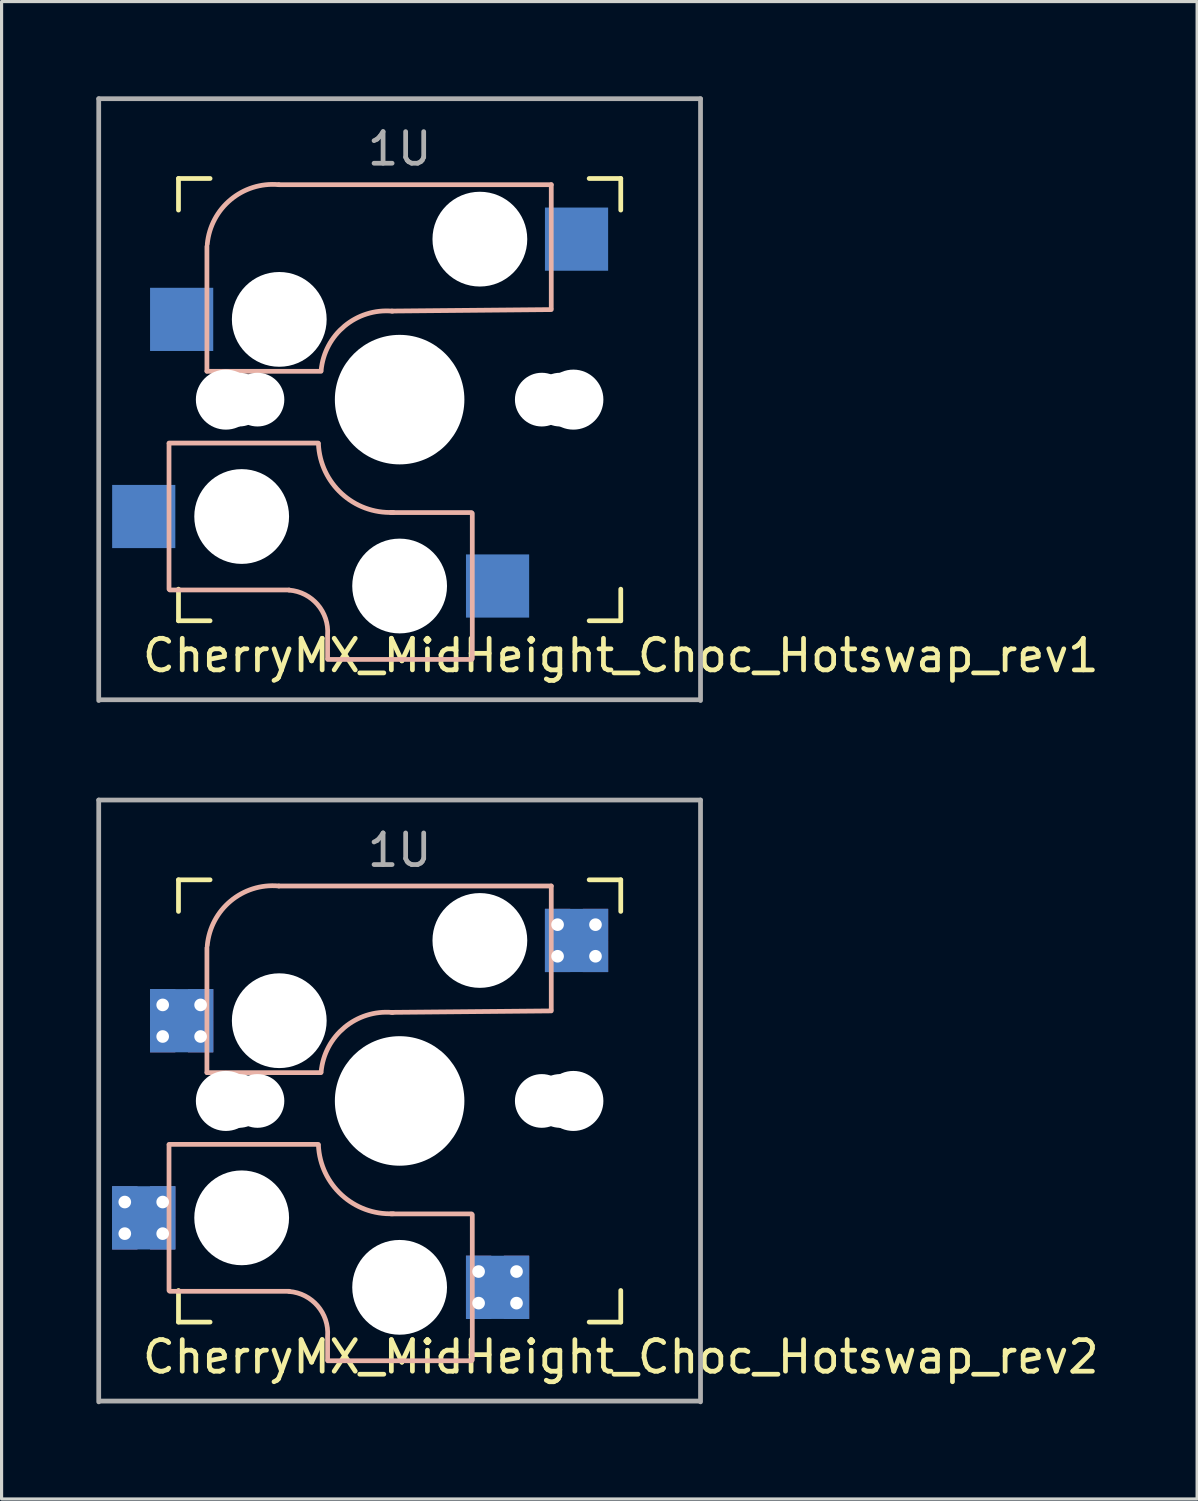
<source format=kicad_pcb>
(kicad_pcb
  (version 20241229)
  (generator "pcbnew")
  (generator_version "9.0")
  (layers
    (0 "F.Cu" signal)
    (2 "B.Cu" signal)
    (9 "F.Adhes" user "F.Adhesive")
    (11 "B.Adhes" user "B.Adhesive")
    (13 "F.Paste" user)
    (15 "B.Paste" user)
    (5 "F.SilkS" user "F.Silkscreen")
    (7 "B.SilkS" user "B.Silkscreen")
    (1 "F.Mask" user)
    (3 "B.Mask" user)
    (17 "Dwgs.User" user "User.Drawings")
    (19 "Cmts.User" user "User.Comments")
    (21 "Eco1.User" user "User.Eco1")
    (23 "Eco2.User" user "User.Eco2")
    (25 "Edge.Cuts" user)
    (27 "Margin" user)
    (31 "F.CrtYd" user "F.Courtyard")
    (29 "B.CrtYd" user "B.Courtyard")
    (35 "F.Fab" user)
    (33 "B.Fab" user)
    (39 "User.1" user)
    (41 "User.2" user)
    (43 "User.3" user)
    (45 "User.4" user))
  (footprint "CherryMX_MidHeight_Choc_Hotswap_rev1"
    (layer "F.Cu")
    (at 9.6 9.6)
    (property "Reference" "CherryMX_MidHeight_Choc_Hotswap_rev1" (at 7 8.1 0) (layer "F.SilkS") (effects (font (size 1 1) (thickness 0.15))))
    (attr through_hole)
    (fp_line (start -7 -7) (end -7 -6) (stroke (width 0.15) (type solid)) (layer "F.SilkS"))
    (fp_line (start -7 -7) (end -6 -7) (stroke (width 0.15) (type solid)) (layer "F.SilkS"))
    (fp_line (start -7 6) (end -7 7) (stroke (width 0.15) (type solid)) (layer "F.SilkS"))
    (fp_line (start -7 7) (end -6 7) (stroke (width 0.15) (type solid)) (layer "F.SilkS"))
    (fp_line (start 6 -7) (end 7 -7) (stroke (width 0.15) (type solid)) (layer "F.SilkS"))
    (fp_line (start 6 7) (end 7 7) (stroke (width 0.15) (type solid)) (layer "F.SilkS"))
    (fp_line (start 7 -7) (end 7 -6) (stroke (width 0.15) (type solid)) (layer "F.SilkS"))
    (fp_line (start 7 7) (end 7 6) (stroke (width 0.15) (type solid)) (layer "F.SilkS"))
    (fp_line (start -7.3 1.4) (end -7.3 6) (stroke (width 0.15) (type solid)) (layer "B.SilkS"))
    (fp_line (start -6.1 -4.85) (end -6.1 -0.905) (stroke (width 0.15) (type solid)) (layer "B.SilkS"))
    (fp_line (start -6.1 -0.896) (end -2.49 -0.896) (stroke (width 0.15) (type solid)) (layer "B.SilkS"))
    (fp_line (start -3.5 6.025) (end -7.275 6.025) (stroke (width 0.15) (type solid)) (layer "B.SilkS"))
    (fp_line (start -2.575 1.375) (end -7.3 1.375) (stroke (width 0.15) (type solid)) (layer "B.SilkS"))
    (fp_line (start -2.28 7.5) (end -2.28 8.2) (stroke (width 0.15) (type solid)) (layer "B.SilkS"))
    (fp_line (start 2.275 3.575) (end -0.275 3.575) (stroke (width 0.15) (type solid)) (layer "B.SilkS"))
    (fp_line (start 2.275 8.225) (end -2.275 8.225) (stroke (width 0.15) (type solid)) (layer "B.SilkS"))
    (fp_line (start 2.3 3.6) (end 2.3 8.2) (stroke (width 0.15) (type solid)) (layer "B.SilkS"))
    (fp_line (start 4.8 -6.804) (end -3.825 -6.804) (stroke (width 0.15) (type solid)) (layer "B.SilkS"))
    (fp_line (start 4.8 -2.896) (end 4.8 -6.804) (stroke (width 0.15) (type solid)) (layer "B.SilkS"))
    (fp_line (start 4.8 -2.85) (end -0.25 -2.804) (stroke (width 0.15) (type solid)) (layer "B.SilkS"))
    (fp_arc (start -6.089 -4.92) (mid -5.347189 -6.33089) (end -3.825 -6.804) (stroke (width 0.15) (type solid)) (layer "B.SilkS"))
    (fp_arc (start -3.5 6.03) (mid -2.595908 6.48733) (end -2.28 7.45) (stroke (width 0.15) (type solid)) (layer "B.SilkS"))
    (fp_arc (start -2.485 -0.92) (mid -1.744361 -2.328061) (end -0.225 -2.8) (stroke (width 0.15) (type solid)) (layer "B.SilkS"))
    (fp_arc (start -0.2 3.57) (mid -1.834422 2.975843) (end -2.57 1.4) (stroke (width 0.15) (type solid)) (layer "B.SilkS"))
    (fp_line (start -9.525 -9.525) (end 9.525 -9.525) (stroke (width 0.15) (type solid)) (layer "F.Fab"))
    (fp_line (start -9.525 9.525) (end -9.525 -9.525) (stroke (width 0.15) (type solid)) (layer "F.Fab"))
    (fp_line (start 9.5 9.5) (end -9.5 9.5) (stroke (width 0.15) (type solid)) (layer "F.Fab"))
    (fp_line (start 9.525 -9.525) (end 9.525 9.525) (stroke (width 0.15) (type solid)) (layer "F.Fab"))
    (fp_text user "1U" (at 0 -7.938 0) (layer "F.Fab") (effects (font (size 1 1) (thickness 0.15))))
    (pad "" np_thru_hole circle (at -5.5 0 90) (size 1.9 1.9) (drill 1.9) (layers "*.Cu" "*.Mask"))
    (pad "" np_thru_hole circle (at -5.08 0) (size 1.7 1.7) (drill 1.7) (layers "*.Cu" "*.Mask"))
    (pad "" np_thru_hole circle (at -5 3.7 90) (size 3 3) (drill 3) (layers "*.Cu" "*.Mask"))
    (pad "" np_thru_hole circle (at -4.5 0) (size 1.7 1.7) (drill 1.7) (layers "*.Cu" "*.Mask"))
    (pad "" np_thru_hole circle (at -3.81 -2.54 180) (size 3 3) (drill 3) (layers "*.Cu" "*.Mask"))
    (pad "" np_thru_hole circle (at 0 0 90) (size 4.1 4.1) (drill 4.1) (layers "*.Cu" "*.Mask"))
    (pad "" np_thru_hole circle (at 0 5.9 90) (size 3 3) (drill 3) (layers "*.Cu" "*.Mask"))
    (pad "" np_thru_hole circle (at 2.54 -5.08 180) (size 3 3) (drill 3) (layers "*.Cu" "*.Mask"))
    (pad "" np_thru_hole circle (at 4.5 0) (size 1.7 1.7) (drill 1.7) (layers "*.Cu" "*.Mask"))
    (pad "" np_thru_hole circle (at 5.08 0) (size 1.7 1.7) (drill 1.7) (layers "*.Cu" "*.Mask"))
    (pad "" np_thru_hole circle (at 5.5 0 90) (size 1.9 1.9) (drill 1.9) (layers "*.Cu" "*.Mask"))
    (pad "1" smd rect (at -8.1 3.7 180) (size 2 2) (layers "B.Cu" "B.Mask" "B.Paste"))
    (pad "1" smd rect (at -6.9 -2.54 180) (size 2 2) (layers "B.Cu" "B.Mask" "B.Paste"))
    (pad "2" smd rect (at 3.1 5.9 180) (size 2 2) (layers "B.Cu" "B.Mask" "B.Paste"))
    (pad "2" smd rect (at 5.6 -5.08 180) (size 2 2) (layers "B.Cu" "B.Mask" "B.Paste")))
  (footprint "CherryMX_MidHeight_Choc_Hotswap_rev2"
    (layer "F.Cu")
    (at 9.6 31.8)
    (property "Reference" "CherryMX_MidHeight_Choc_Hotswap_rev2" (at 7 8.1 0) (layer "F.SilkS") (effects (font (size 1 1) (thickness 0.15))))
    (attr through_hole)
    (fp_line (start -7 -7) (end -7 -6) (stroke (width 0.15) (type solid)) (layer "F.SilkS"))
    (fp_line (start -7 -7) (end -6 -7) (stroke (width 0.15) (type solid)) (layer "F.SilkS"))
    (fp_line (start -7 6) (end -7 7) (stroke (width 0.15) (type solid)) (layer "F.SilkS"))
    (fp_line (start -7 7) (end -6 7) (stroke (width 0.15) (type solid)) (layer "F.SilkS"))
    (fp_line (start 6 -7) (end 7 -7) (stroke (width 0.15) (type solid)) (layer "F.SilkS"))
    (fp_line (start 6 7) (end 7 7) (stroke (width 0.15) (type solid)) (layer "F.SilkS"))
    (fp_line (start 7 -7) (end 7 -6) (stroke (width 0.15) (type solid)) (layer "F.SilkS"))
    (fp_line (start 7 7) (end 7 6) (stroke (width 0.15) (type solid)) (layer "F.SilkS"))
    (fp_line (start -7.3 1.4) (end -7.3 6) (stroke (width 0.15) (type solid)) (layer "B.SilkS"))
    (fp_line (start -6.1 -4.85) (end -6.1 -0.905) (stroke (width 0.15) (type solid)) (layer "B.SilkS"))
    (fp_line (start -6.1 -0.896) (end -2.49 -0.896) (stroke (width 0.15) (type solid)) (layer "B.SilkS"))
    (fp_line (start -3.5 6.025) (end -7.275 6.025) (stroke (width 0.15) (type solid)) (layer "B.SilkS"))
    (fp_line (start -2.575 1.375) (end -7.3 1.375) (stroke (width 0.15) (type solid)) (layer "B.SilkS"))
    (fp_line (start -2.28 7.5) (end -2.28 8.2) (stroke (width 0.15) (type solid)) (layer "B.SilkS"))
    (fp_line (start 2.275 3.575) (end -0.275 3.575) (stroke (width 0.15) (type solid)) (layer "B.SilkS"))
    (fp_line (start 2.275 8.225) (end -2.275 8.225) (stroke (width 0.15) (type solid)) (layer "B.SilkS"))
    (fp_line (start 2.3 3.6) (end 2.3 8.2) (stroke (width 0.15) (type solid)) (layer "B.SilkS"))
    (fp_line (start 4.8 -6.804) (end -3.825 -6.804) (stroke (width 0.15) (type solid)) (layer "B.SilkS"))
    (fp_line (start 4.8 -2.896) (end 4.8 -6.804) (stroke (width 0.15) (type solid)) (layer "B.SilkS"))
    (fp_line (start 4.8 -2.85) (end -0.25 -2.804) (stroke (width 0.15) (type solid)) (layer "B.SilkS"))
    (fp_arc (start -6.089 -4.92) (mid -5.347189 -6.33089) (end -3.825 -6.804) (stroke (width 0.15) (type solid)) (layer "B.SilkS"))
    (fp_arc (start -3.5 6.03) (mid -2.595908 6.48733) (end -2.28 7.45) (stroke (width 0.15) (type solid)) (layer "B.SilkS"))
    (fp_arc (start -2.485 -0.92) (mid -1.744361 -2.328061) (end -0.225 -2.8) (stroke (width 0.15) (type solid)) (layer "B.SilkS"))
    (fp_arc (start -0.2 3.57) (mid -1.834422 2.975843) (end -2.57 1.4) (stroke (width 0.15) (type solid)) (layer "B.SilkS"))
    (fp_line (start -9.525 -9.525) (end 9.525 -9.525) (stroke (width 0.15) (type solid)) (layer "F.Fab"))
    (fp_line (start -9.525 9.525) (end -9.525 -9.525) (stroke (width 0.15) (type solid)) (layer "F.Fab"))
    (fp_line (start 9.5 9.5) (end -9.5 9.5) (stroke (width 0.15) (type solid)) (layer "F.Fab"))
    (fp_line (start 9.525 -9.525) (end 9.525 9.525) (stroke (width 0.15) (type solid)) (layer "F.Fab"))
    (fp_text user "1U" (at 0 -7.938 0) (layer "F.Fab") (effects (font (size 1 1) (thickness 0.15))))
    (pad "" np_thru_hole circle (at -5.5 0 90) (size 1.9 1.9) (drill 1.9) (layers "*.Cu" "*.Mask"))
    (pad "" np_thru_hole circle (at -5.08 0) (size 1.7 1.7) (drill 1.7) (layers "*.Cu" "*.Mask"))
    (pad "" np_thru_hole circle (at -5 3.7 90) (size 3 3) (drill 3) (layers "*.Cu" "*.Mask"))
    (pad "" np_thru_hole circle (at -4.5 0) (size 1.7 1.7) (drill 1.7) (layers "*.Cu" "*.Mask"))
    (pad "" np_thru_hole circle (at -3.81 -2.54 180) (size 3 3) (drill 3) (layers "*.Cu" "*.Mask"))
    (pad "" np_thru_hole circle (at 0 0 90) (size 4.1 4.1) (drill 4.1) (layers "*.Cu" "*.Mask"))
    (pad "" np_thru_hole circle (at 0 5.9 90) (size 3 3) (drill 3) (layers "*.Cu" "*.Mask"))
    (pad "" np_thru_hole circle (at 2.54 -5.08 180) (size 3 3) (drill 3) (layers "*.Cu" "*.Mask"))
    (pad "" np_thru_hole circle (at 4.5 0) (size 1.7 1.7) (drill 1.7) (layers "*.Cu" "*.Mask"))
    (pad "" np_thru_hole circle (at 5.08 0) (size 1.7 1.7) (drill 1.7) (layers "*.Cu" "*.Mask"))
    (pad "" np_thru_hole circle (at 5.5 0 90) (size 1.9 1.9) (drill 1.9) (layers "*.Cu" "*.Mask"))
    (pad "1" thru_hole rect (at -8.7 3.2) (size 0.8 1) (drill 0.4) (layers "*.Cu" "*.Mask"))
    (pad "1" thru_hole rect (at -8.7 4.2) (size 0.8 1) (drill 0.4) (layers "*.Cu" "*.Mask"))
    (pad "1" smd rect (at -8.1 3.7 180) (size 2 2) (layers "B.Cu" "B.Mask" "B.Paste"))
    (pad "1" thru_hole rect (at -7.5 -3.04) (size 0.8 1) (drill 0.4) (layers "*.Cu" "*.Mask"))
    (pad "1" thru_hole rect (at -7.5 -2.04) (size 0.8 1) (drill 0.4) (layers "*.Cu" "*.Mask"))
    (pad "1" thru_hole rect (at -7.5 3.2) (size 0.8 1) (drill 0.4) (layers "*.Cu" "*.Mask"))
    (pad "1" thru_hole rect (at -7.5 4.2) (size 0.8 1) (drill 0.4) (layers "*.Cu" "*.Mask"))
    (pad "1" smd rect (at -6.9 -2.54 180) (size 2 2) (layers "B.Cu" "B.Mask" "B.Paste"))
    (pad "1" thru_hole rect (at -6.3 -3.04) (size 0.8 1) (drill 0.4) (layers "*.Cu" "*.Mask"))
    (pad "1" thru_hole rect (at -6.3 -2.04) (size 0.8 1) (drill 0.4) (layers "*.Cu" "*.Mask"))
    (pad "2" thru_hole rect (at 2.5 5.4) (size 0.8 1) (drill 0.4) (layers "*.Cu" "*.Mask"))
    (pad "2" thru_hole rect (at 2.5 6.4) (size 0.8 1) (drill 0.4) (layers "*.Cu" "*.Mask"))
    (pad "2" smd rect (at 3.1 5.9 180) (size 2 2) (layers "B.Cu" "B.Mask" "B.Paste"))
    (pad "2" thru_hole rect (at 3.7 5.4) (size 0.8 1) (drill 0.4) (layers "*.Cu" "*.Mask"))
    (pad "2" thru_hole rect (at 3.7 6.4) (size 0.8 1) (drill 0.4) (layers "*.Cu" "*.Mask"))
    (pad "2" thru_hole rect (at 5 -5.58) (size 0.8 1) (drill 0.4) (layers "*.Cu" "*.Mask"))
    (pad "2" thru_hole rect (at 5 -4.58) (size 0.8 1) (drill 0.4) (layers "*.Cu" "*.Mask"))
    (pad "2" smd rect (at 5.6 -5.08 180) (size 2 2) (layers "B.Cu" "B.Mask" "B.Paste"))
    (pad "2" thru_hole rect (at 6.2 -5.58) (size 0.8 1) (drill 0.4) (layers "*.Cu" "*.Mask"))
    (pad "2" thru_hole rect (at 6.2 -4.58) (size 0.8 1) (drill 0.4) (layers "*.Cu" "*.Mask")))
  (gr_rect
    (start -3 -3)
    (end 34.844 44.4)
    (stroke (width 0.1) (type default))
    (fill no)
    (layer "Edge.Cuts")))
</source>
